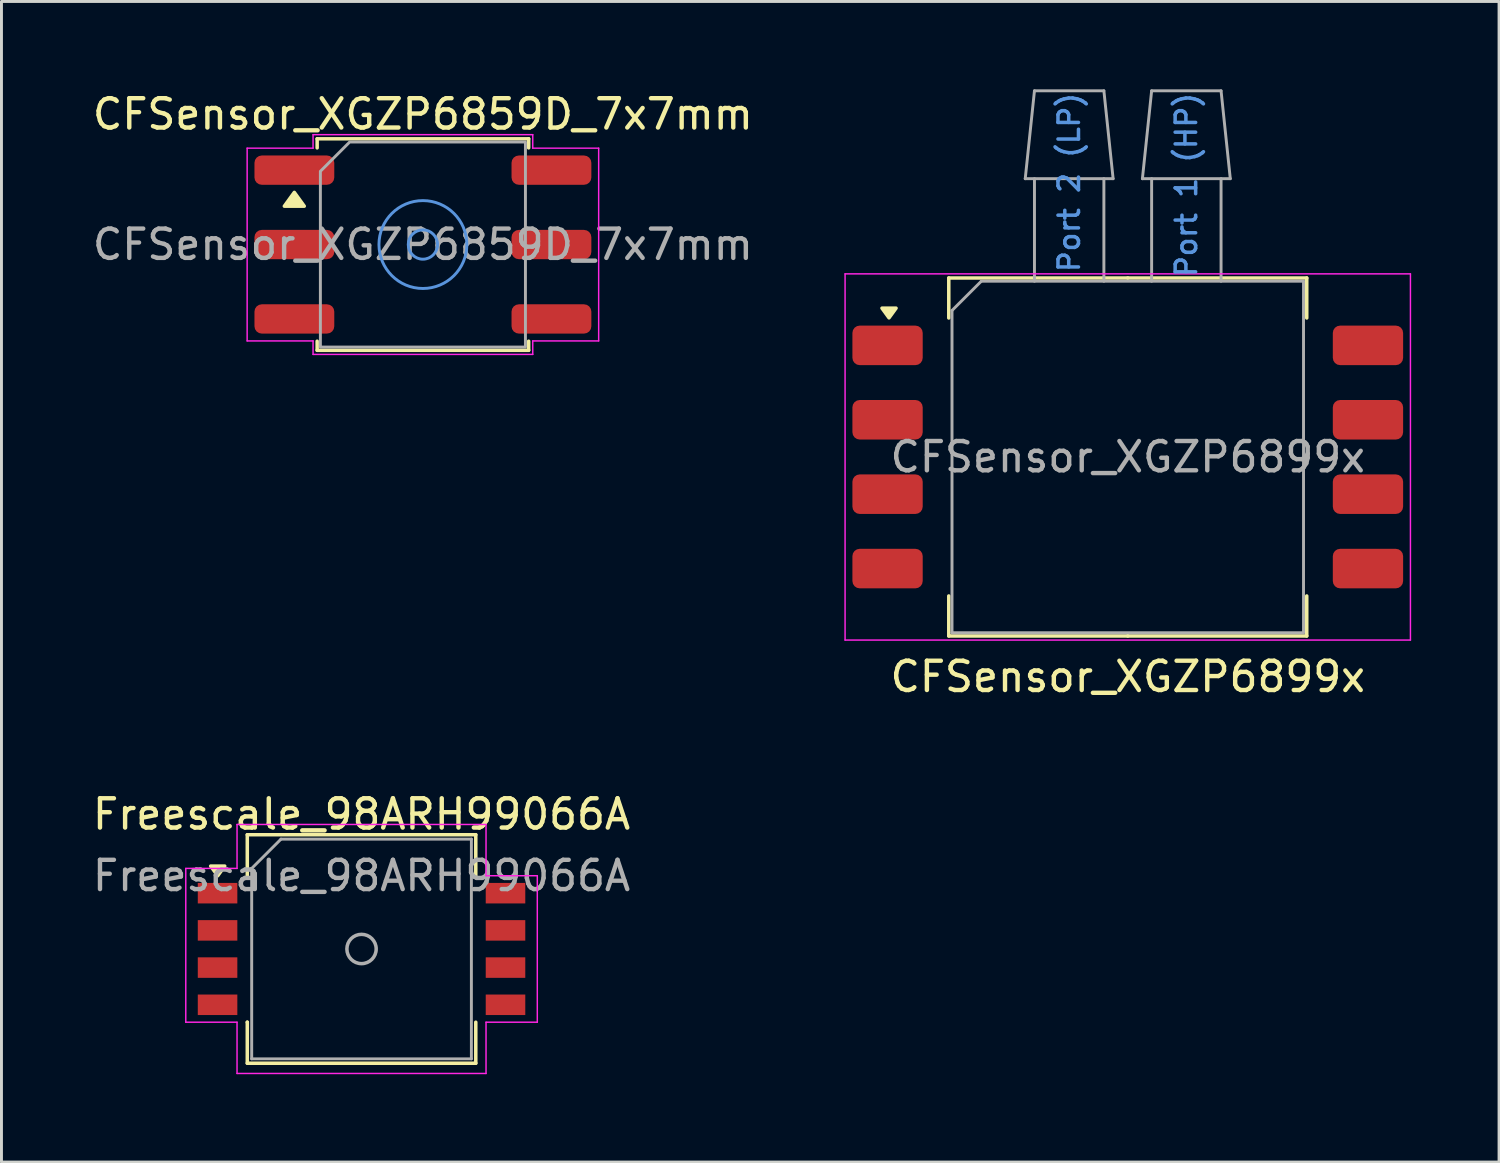
<source format=kicad_pcb>
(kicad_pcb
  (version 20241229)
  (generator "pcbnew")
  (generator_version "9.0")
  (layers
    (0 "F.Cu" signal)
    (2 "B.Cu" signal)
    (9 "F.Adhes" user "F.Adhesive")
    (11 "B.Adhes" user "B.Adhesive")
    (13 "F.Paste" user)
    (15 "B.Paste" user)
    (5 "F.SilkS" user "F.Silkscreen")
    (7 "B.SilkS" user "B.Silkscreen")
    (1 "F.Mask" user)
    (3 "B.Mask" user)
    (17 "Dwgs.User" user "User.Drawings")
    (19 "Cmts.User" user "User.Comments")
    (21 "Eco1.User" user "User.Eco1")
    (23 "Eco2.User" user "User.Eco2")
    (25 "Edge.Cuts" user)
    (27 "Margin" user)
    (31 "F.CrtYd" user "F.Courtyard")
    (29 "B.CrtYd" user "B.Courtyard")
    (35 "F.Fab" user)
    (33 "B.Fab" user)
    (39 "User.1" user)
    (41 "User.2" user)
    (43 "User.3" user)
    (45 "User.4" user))
  (footprint "CFSensor_XGZP6899x"
    (layer "F.Cu")
    (at 35.449 12.55)
    (property "Reference" "CFSensor_XGZP6899x" (at 0 7.5 0) (layer "F.SilkS") (effects (font (size 1 1) (thickness 0.15))))
    (attr smd)
    (fp_line (start -6.11 -4.745) (end -6.11 -6.11) (stroke (width 0.12) (type solid)) (layer "F.SilkS"))
    (fp_line (start -6.11 6.11) (end -6.11 4.745) (stroke (width 0.12) (type solid)) (layer "F.SilkS"))
    (fp_line (start 0 -6.11) (end -6.11 -6.11) (stroke (width 0.12) (type solid)) (layer "F.SilkS"))
    (fp_line (start 0 6.11) (end -6.11 6.11) (stroke (width 0.12) (type solid)) (layer "F.SilkS"))
    (fp_line (start 0 6.11) (end 6.11 6.11) (stroke (width 0.12) (type solid)) (layer "F.SilkS"))
    (fp_line (start 6.11 -6.11) (end 0 -6.11) (stroke (width 0.12) (type solid)) (layer "F.SilkS"))
    (fp_line (start 6.11 -4.745) (end 6.11 -6.11) (stroke (width 0.12) (type solid)) (layer "F.SilkS"))
    (fp_line (start 6.11 6.11) (end 6.11 4.745) (stroke (width 0.12) (type solid)) (layer "F.SilkS"))
    (fp_poly (pts (xy -8.15 -4.75) (xy -8.39 -5.08) (xy -7.91 -5.08) (xy -8.15 -4.75)) (stroke (width 0.12) (type solid)) (fill yes) (layer "F.SilkS"))
    (fp_line (start -9.65 -6.25) (end -9.65 6.25) (stroke (width 0.05) (type solid)) (layer "F.CrtYd"))
    (fp_line (start -9.65 6.25) (end 9.65 6.25) (stroke (width 0.05) (type solid)) (layer "F.CrtYd"))
    (fp_line (start 9.65 -6.25) (end -9.65 -6.25) (stroke (width 0.05) (type solid)) (layer "F.CrtYd"))
    (fp_line (start 9.65 6.25) (end 9.65 -6.25) (stroke (width 0.05) (type solid)) (layer "F.CrtYd"))
    (fp_line (start -6 -5) (end -5 -6) (stroke (width 0.1) (type solid)) (layer "F.Fab"))
    (fp_line (start -6 6) (end -6 -5) (stroke (width 0.1) (type solid)) (layer "F.Fab"))
    (fp_line (start -5 -6) (end 6 -6) (stroke (width 0.1) (type solid)) (layer "F.Fab"))
    (fp_line (start -3.5 -9.5) (end -3.185 -12.5) (stroke (width 0.1) (type default)) (layer "F.Fab"))
    (fp_line (start -3.5 -9.5) (end -0.5 -9.5) (stroke (width 0.1) (type default)) (layer "F.Fab"))
    (fp_line (start -3.185 -12.5) (end -0.815 -12.5) (stroke (width 0.1) (type default)) (layer "F.Fab"))
    (fp_line (start -3.185 -6) (end -3.185 -9.5) (stroke (width 0.1) (type default)) (layer "F.Fab"))
    (fp_line (start -0.815 -9.5) (end -0.815 -6) (stroke (width 0.1) (type default)) (layer "F.Fab"))
    (fp_line (start -0.5 -9.5) (end -0.815 -12.5) (stroke (width 0.1) (type default)) (layer "F.Fab"))
    (fp_line (start 0.5 -9.5) (end 0.815 -12.5) (stroke (width 0.1) (type default)) (layer "F.Fab"))
    (fp_line (start 0.5 -9.5) (end 3.5 -9.5) (stroke (width 0.1) (type default)) (layer "F.Fab"))
    (fp_line (start 0.815 -12.5) (end 3.185 -12.5) (stroke (width 0.1) (type default)) (layer "F.Fab"))
    (fp_line (start 0.815 -6) (end 0.815 -9.5) (stroke (width 0.1) (type default)) (layer "F.Fab"))
    (fp_line (start 3.185 -9.5) (end 3.185 -6) (stroke (width 0.1) (type default)) (layer "F.Fab"))
    (fp_line (start 3.5 -9.5) (end 3.185 -12.5) (stroke (width 0.1) (type default)) (layer "F.Fab"))
    (fp_line (start 6 -6) (end 6 6) (stroke (width 0.1) (type solid)) (layer "F.Fab"))
    (fp_line (start 6 6) (end -6 6) (stroke (width 0.1) (type solid)) (layer "F.Fab"))
    (fp_text user "Port 2 (LP)" (at -2 -12.5 90) (unlocked yes) (layer "Cmts.User") (effects (font (size 0.7 0.7) (thickness 0.12) (bold yes)) (justify right)))
    (fp_text user "Port 1 (HP)" (at 2 -12.5 90) (unlocked yes) (layer "Cmts.User") (effects (font (size 0.7 0.7) (thickness 0.12) (bold yes)) (justify right)))
    (fp_text user "${REFERENCE}" (at 0 0 0) (layer "F.Fab") (effects (font (size 1 1) (thickness 0.15))))
    (pad "1" smd roundrect (at -8.2 -3.81) (size 2.4 1.35) (layers "F.Cu" "F.Mask" "F.Paste") (roundrect_rratio 0.185))
    (pad "2" smd roundrect (at -8.2 -1.27) (size 2.4 1.35) (layers "F.Cu" "F.Mask" "F.Paste") (roundrect_rratio 0.185))
    (pad "3" smd roundrect (at -8.2 1.27) (size 2.4 1.35) (layers "F.Cu" "F.Mask" "F.Paste") (roundrect_rratio 0.185))
    (pad "4" smd roundrect (at -8.2 3.81) (size 2.4 1.35) (layers "F.Cu" "F.Mask" "F.Paste") (roundrect_rratio 0.185))
    (pad "5" smd roundrect (at 8.2 3.81) (size 2.4 1.35) (layers "F.Cu" "F.Mask" "F.Paste") (roundrect_rratio 0.185))
    (pad "6" smd roundrect (at 8.2 1.27) (size 2.4 1.35) (layers "F.Cu" "F.Mask" "F.Paste") (roundrect_rratio 0.185))
    (pad "7" smd roundrect (at 8.2 -1.27) (size 2.4 1.35) (layers "F.Cu" "F.Mask" "F.Paste") (roundrect_rratio 0.185))
    (pad "8" smd roundrect (at 8.2 -3.81) (size 2.4 1.35) (layers "F.Cu" "F.Mask" "F.Paste") (roundrect_rratio 0.185)))
  (footprint "CFSensor_XGZP6859D_7x7mm"
    (layer "F.Cu")
    (at 11.387 5.298)
    (property "Reference" "CFSensor_XGZP6859D_7x7mm" (at 0 -4.45 0) (layer "F.SilkS") (effects (font (size 1 1) (thickness 0.15))))
    (attr smd)
    (fp_line (start -3.61 -3.61) (end 3.61 -3.61) (stroke (width 0.12) (type solid)) (layer "F.SilkS"))
    (fp_line (start -3.61 -3.3) (end -3.61 -3.61) (stroke (width 0.12) (type solid)) (layer "F.SilkS"))
    (fp_line (start -3.61 3.61) (end -3.61 3.3) (stroke (width 0.12) (type solid)) (layer "F.SilkS"))
    (fp_line (start 3.61 -3.61) (end 3.61 -3.3) (stroke (width 0.12) (type solid)) (layer "F.SilkS"))
    (fp_line (start 3.61 3.3) (end 3.61 3.61) (stroke (width 0.12) (type solid)) (layer "F.SilkS"))
    (fp_line (start 3.61 3.61) (end -3.61 3.61) (stroke (width 0.12) (type solid)) (layer "F.SilkS"))
    (fp_poly (pts (xy -4.39 -1.78) (xy -4.05 -1.31) (xy -4.73 -1.31)) (stroke (width 0.12) (type solid)) (fill yes) (layer "F.SilkS"))
    (fp_circle (center 0 0) (end 0.5 0) (stroke (width 0.1) (type solid)) (fill no) (layer "Cmts.User"))
    (fp_circle (center 0 0) (end 1.5 0) (stroke (width 0.1) (type solid)) (fill no) (layer "Cmts.User"))
    (fp_line (start -6 -3.29) (end -3.75 -3.29) (stroke (width 0.05) (type solid)) (layer "F.CrtYd"))
    (fp_line (start -6 3.29) (end -6 -3.29) (stroke (width 0.05) (type solid)) (layer "F.CrtYd"))
    (fp_line (start -3.75 -3.75) (end 3.75 -3.75) (stroke (width 0.05) (type solid)) (layer "F.CrtYd"))
    (fp_line (start -3.75 -3.29) (end -3.75 -3.75) (stroke (width 0.05) (type solid)) (layer "F.CrtYd"))
    (fp_line (start -3.75 3.29) (end -6 3.29) (stroke (width 0.05) (type solid)) (layer "F.CrtYd"))
    (fp_line (start -3.75 3.75) (end -3.75 3.29) (stroke (width 0.05) (type solid)) (layer "F.CrtYd"))
    (fp_line (start 3.75 -3.75) (end 3.75 -3.29) (stroke (width 0.05) (type solid)) (layer "F.CrtYd"))
    (fp_line (start 3.75 -3.29) (end 6 -3.29) (stroke (width 0.05) (type solid)) (layer "F.CrtYd"))
    (fp_line (start 3.75 3.29) (end 3.75 3.75) (stroke (width 0.05) (type solid)) (layer "F.CrtYd"))
    (fp_line (start 3.75 3.75) (end -3.75 3.75) (stroke (width 0.05) (type solid)) (layer "F.CrtYd"))
    (fp_line (start 6 -3.29) (end 6 3.29) (stroke (width 0.05) (type solid)) (layer "F.CrtYd"))
    (fp_line (start 6 3.29) (end 3.75 3.29) (stroke (width 0.05) (type solid)) (layer "F.CrtYd"))
    (fp_poly (pts (xy -3.5 -2.5) (xy -3.5 3.5) (xy 3.5 3.5) (xy 3.5 -3.5) (xy -2.5 -3.5)) (stroke (width 0.1) (type solid)) (fill no) (layer "F.Fab"))
    (fp_text user "${REFERENCE}" (at 0 0 0) (layer "F.Fab") (effects (font (size 1 1) (thickness 0.15))))
    (pad "1" smd roundrect (at -4.388 -2.54) (size 2.725 1) (layers "F.Cu" "F.Mask" "F.Paste") (roundrect_rratio 0.25))
    (pad "2" smd roundrect (at -4.388 0) (size 2.725 1) (layers "F.Cu" "F.Mask" "F.Paste") (roundrect_rratio 0.25))
    (pad "3" smd roundrect (at -4.388 2.54) (size 2.725 1) (layers "F.Cu" "F.Mask" "F.Paste") (roundrect_rratio 0.25))
    (pad "4" smd roundrect (at 4.388 2.54) (size 2.725 1) (layers "F.Cu" "F.Mask" "F.Paste") (roundrect_rratio 0.25))
    (pad "5" smd roundrect (at 4.388 0) (size 2.725 1) (layers "F.Cu" "F.Mask" "F.Paste") (roundrect_rratio 0.25))
    (pad "6" smd roundrect (at 4.388 -2.54) (size 2.725 1) (layers "F.Cu" "F.Mask" "F.Paste") (roundrect_rratio 0.25)))
  (footprint "Freescale_98ARH99066A"
    (layer "F.Cu")
    (at 9.292 29.346)
    (property "Reference" "Freescale_98ARH99066A" (at 0 -4.6 0) (layer "F.SilkS") (effects (font (size 1 1) (thickness 0.15))))
    (attr smd)
    (fp_line (start -3.9 -3.9) (end -3.9 -2.5) (stroke (width 0.12) (type solid)) (layer "F.SilkS"))
    (fp_line (start -3.9 2.5) (end -3.9 2.5) (stroke (width 0.12) (type solid)) (layer "F.SilkS"))
    (fp_line (start -3.9 3.9) (end -3.9 2.5) (stroke (width 0.12) (type solid)) (layer "F.SilkS"))
    (fp_line (start 3.9 -3.9) (end -3.9 -3.9) (stroke (width 0.12) (type solid)) (layer "F.SilkS"))
    (fp_line (start 3.9 -2.5) (end 3.9 -3.9) (stroke (width 0.12) (type solid)) (layer "F.SilkS"))
    (fp_line (start 3.9 2.5) (end 3.9 3.9) (stroke (width 0.12) (type solid)) (layer "F.SilkS"))
    (fp_line (start 3.9 3.9) (end -3.9 3.9) (stroke (width 0.12) (type solid)) (layer "F.SilkS"))
    (fp_poly (pts (xy -4.91 -2.5) (xy -5.15 -2.83) (xy -4.67 -2.83) (xy -4.91 -2.5)) (stroke (width 0.12) (type solid)) (fill yes) (layer "F.SilkS"))
    (fp_line (start -6 -2.75) (end -4.25 -2.75) (stroke (width 0.05) (type solid)) (layer "F.CrtYd"))
    (fp_line (start -6 2.5) (end -6 -2.75) (stroke (width 0.05) (type solid)) (layer "F.CrtYd"))
    (fp_line (start -5.75 -2.75) (end -5.75 -2.75) (stroke (width 0.05) (type solid)) (layer "F.CrtYd"))
    (fp_line (start -4.25 -4.25) (end 4.25 -4.25) (stroke (width 0.05) (type solid)) (layer "F.CrtYd"))
    (fp_line (start -4.25 -2.75) (end -4.25 -4.25) (stroke (width 0.05) (type solid)) (layer "F.CrtYd"))
    (fp_line (start -4.25 2.5) (end -6 2.5) (stroke (width 0.05) (type solid)) (layer "F.CrtYd"))
    (fp_line (start -4.25 4.25) (end -4.25 2.5) (stroke (width 0.05) (type solid)) (layer "F.CrtYd"))
    (fp_line (start 4.25 -4.25) (end 4.25 -2.5) (stroke (width 0.05) (type solid)) (layer "F.CrtYd"))
    (fp_line (start 4.25 -2.5) (end 6 -2.5) (stroke (width 0.05) (type solid)) (layer "F.CrtYd"))
    (fp_line (start 4.25 2.5) (end 4.25 4.25) (stroke (width 0.05) (type solid)) (layer "F.CrtYd"))
    (fp_line (start 4.25 4.25) (end -4.25 4.25) (stroke (width 0.05) (type solid)) (layer "F.CrtYd"))
    (fp_line (start 6 -2.5) (end 6 2.5) (stroke (width 0.05) (type solid)) (layer "F.CrtYd"))
    (fp_line (start 6 2.5) (end 4.25 2.5) (stroke (width 0.05) (type solid)) (layer "F.CrtYd"))
    (fp_line (start -3.75 -2.75) (end -2.75 -3.75) (stroke (width 0.1) (type solid)) (layer "F.Fab"))
    (fp_line (start -3.75 3.75) (end -3.75 -2.75) (stroke (width 0.1) (type solid)) (layer "F.Fab"))
    (fp_line (start -2.75 -3.75) (end 3.75 -3.75) (stroke (width 0.1) (type solid)) (layer "F.Fab"))
    (fp_line (start 3.75 -3.75) (end 3.75 3.75) (stroke (width 0.1) (type solid)) (layer "F.Fab"))
    (fp_line (start 3.75 3.75) (end -3.75 3.75) (stroke (width 0.1) (type solid)) (layer "F.Fab"))
    (fp_circle (center 0 0) (end 0.5 0) (stroke (width 0.12) (type solid)) (fill no) (layer "F.Fab"))
    (fp_text user "${REFERENCE}" (at 0 -2.5 0) (layer "F.Fab") (effects (font (size 1 1) (thickness 0.15))))
    (pad "1" smd rect (at -4.915 -1.905) (size 1.35 0.7) (layers "F.Cu" "F.Mask" "F.Paste"))
    (pad "2" smd rect (at -4.915 -0.635) (size 1.35 0.7) (layers "F.Cu" "F.Mask" "F.Paste"))
    (pad "3" smd rect (at -4.915 0.635) (size 1.35 0.7) (layers "F.Cu" "F.Mask" "F.Paste"))
    (pad "4" smd rect (at -4.915 1.905) (size 1.35 0.7) (layers "F.Cu" "F.Mask" "F.Paste"))
    (pad "5" smd rect (at 4.915 1.905) (size 1.35 0.7) (layers "F.Cu" "F.Mask" "F.Paste"))
    (pad "6" smd rect (at 4.915 0.635) (size 1.35 0.7) (layers "F.Cu" "F.Mask" "F.Paste"))
    (pad "7" smd rect (at 4.915 -0.635) (size 1.35 0.7) (layers "F.Cu" "F.Mask" "F.Paste"))
    (pad "8" smd rect (at 4.915 -1.905) (size 1.35 0.7) (layers "F.Cu" "F.Mask" "F.Paste")))
  (gr_rect
    (start -3 -3)
    (end 48.124 36.621)
    (stroke (width 0.1) (type default))
    (fill no)
    (layer "Edge.Cuts")))
</source>
